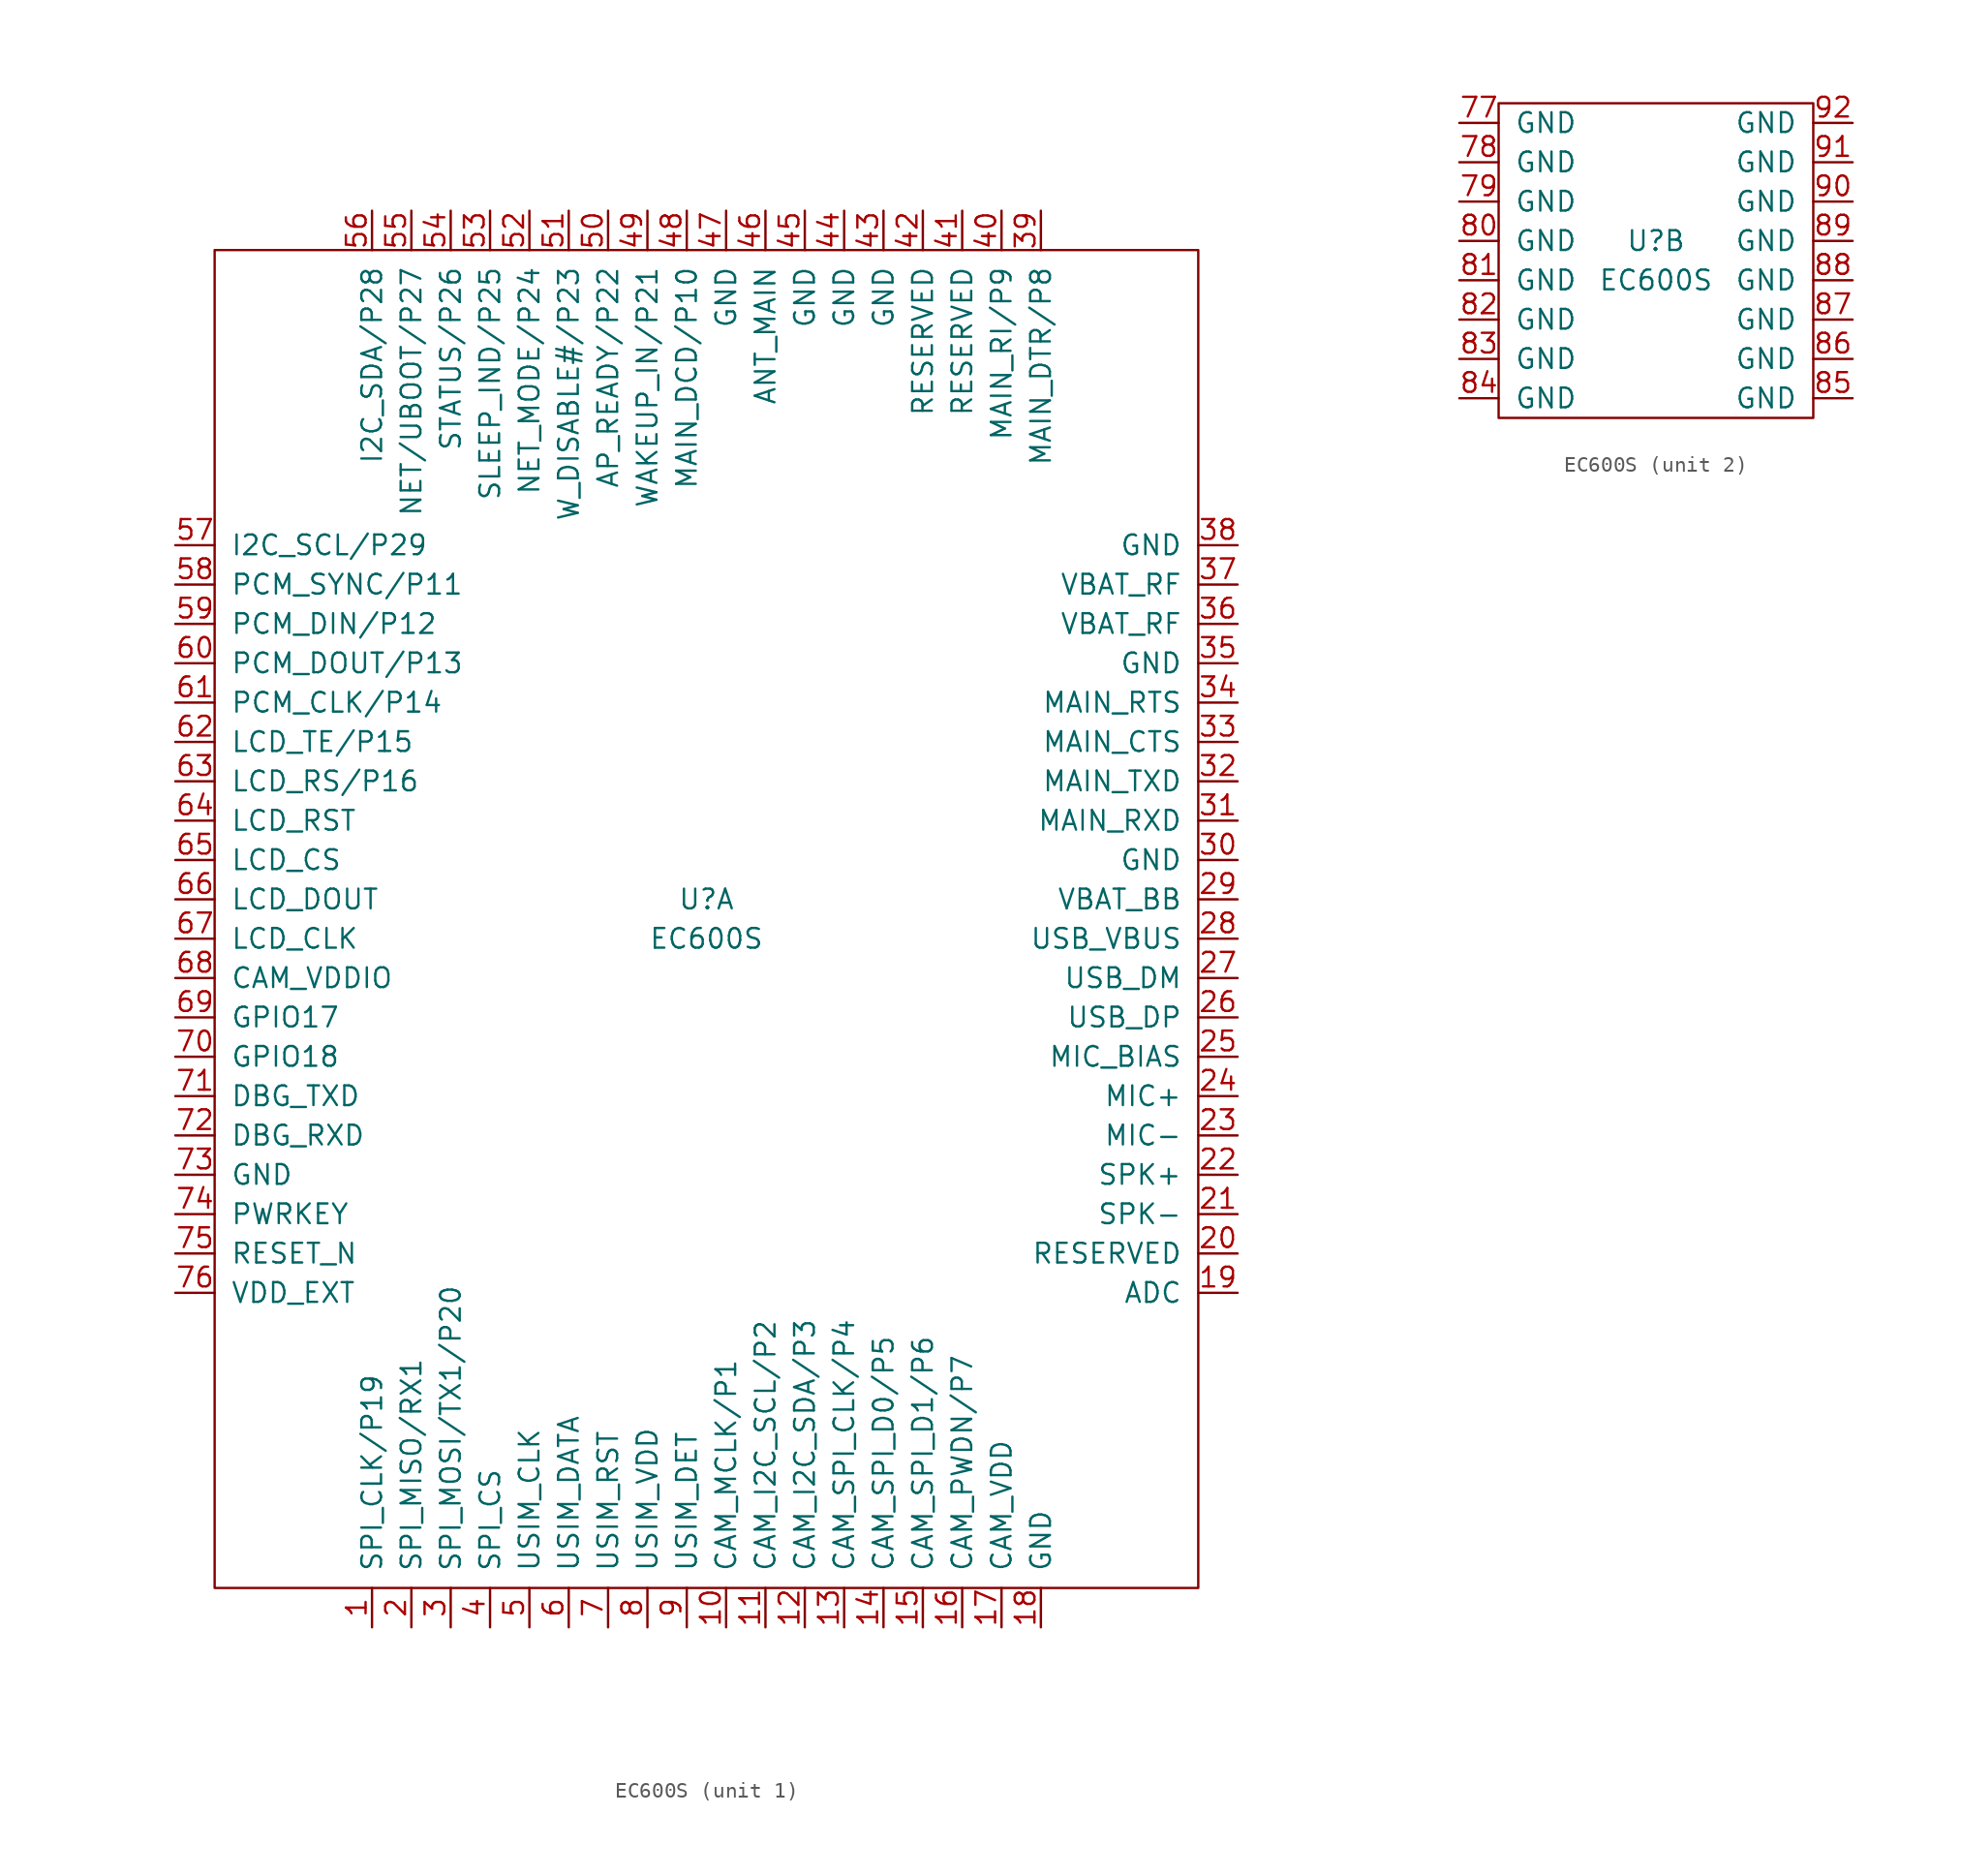
<source format=kicad_sym>
(kicad_symbol_lib
  (version 20211014)
  (generator kicad_symbol_editor)
  (symbol "EC600S"
    (pin_names
      (offset 1.016))
    (property "Reference" "U"
      (at 0 1.27 0)
      (effects (font (size 1.27 1.27))))
    (property "Value" "EC600S"
      (at 0 -1.27 0)
      (effects (font (size 1.27 1.27))))
    (property "ki_locked" ""
      (at 0 0 0)
      (effects (font (size 1.27 1.27))))
    (symbol "EC600S_1_1"
      (rectangle (start -31.75 43.18) (end 31.75 -43.18) (stroke (width 0) (type default) (color 0 0 0 0)) (fill (type none)))
      (pin bidirectional line (at -21.59 -45.72 90) (length 2.54) (name "SPI_CLK/P19" (effects (font (size 1.27 1.27)))) (number "1" (effects (font (size 1.27 1.27)))))
      (pin bidirectional line (at 1.27 -45.72 90) (length 2.54) (name "CAM_MCLK/P1" (effects (font (size 1.27 1.27)))) (number "10" (effects (font (size 1.27 1.27)))))
      (pin bidirectional line (at 3.81 -45.72 90) (length 2.54) (name "CAM_I2C_SCL/P2" (effects (font (size 1.27 1.27)))) (number "11" (effects (font (size 1.27 1.27)))))
      (pin bidirectional line (at 6.35 -45.72 90) (length 2.54) (name "CAM_I2C_SDA/P3" (effects (font (size 1.27 1.27)))) (number "12" (effects (font (size 1.27 1.27)))))
      (pin bidirectional line (at 8.89 -45.72 90) (length 2.54) (name "CAM_SPI_CLK/P4" (effects (font (size 1.27 1.27)))) (number "13" (effects (font (size 1.27 1.27)))))
      (pin bidirectional line (at 11.43 -45.72 90) (length 2.54) (name "CAM_SPI_D0/P5" (effects (font (size 1.27 1.27)))) (number "14" (effects (font (size 1.27 1.27)))))
      (pin bidirectional line (at 13.97 -45.72 90) (length 2.54) (name "CAM_SPI_D1/P6" (effects (font (size 1.27 1.27)))) (number "15" (effects (font (size 1.27 1.27)))))
      (pin bidirectional line (at 16.51 -45.72 90) (length 2.54) (name "CAM_PWDN/P7" (effects (font (size 1.27 1.27)))) (number "16" (effects (font (size 1.27 1.27)))))
      (pin power_out line (at 19.05 -45.72 90) (length 2.54) (name "CAM_VDD" (effects (font (size 1.27 1.27)))) (number "17" (effects (font (size 1.27 1.27)))))
      (pin power_in line (at 21.59 -45.72 90) (length 2.54) (name "GND" (effects (font (size 1.27 1.27)))) (number "18" (effects (font (size 1.27 1.27)))))
      (pin bidirectional line (at 34.29 -24.13 180) (length 2.54) (name "ADC" (effects (font (size 1.27 1.27)))) (number "19" (effects (font (size 1.27 1.27)))))
      (pin bidirectional line (at -19.05 -45.72 90) (length 2.54) (name "SPI_MISO/RX1" (effects (font (size 1.27 1.27)))) (number "2" (effects (font (size 1.27 1.27)))))
      (pin bidirectional line (at 34.29 -21.59 180) (length 2.54) (name "RESERVED" (effects (font (size 1.27 1.27)))) (number "20" (effects (font (size 1.27 1.27)))))
      (pin bidirectional line (at 34.29 -19.05 180) (length 2.54) (name "SPK-" (effects (font (size 1.27 1.27)))) (number "21" (effects (font (size 1.27 1.27)))))
      (pin bidirectional line (at 34.29 -16.51 180) (length 2.54) (name "SPK+" (effects (font (size 1.27 1.27)))) (number "22" (effects (font (size 1.27 1.27)))))
      (pin bidirectional line (at 34.29 -13.97 180) (length 2.54) (name "MIC-" (effects (font (size 1.27 1.27)))) (number "23" (effects (font (size 1.27 1.27)))))
      (pin bidirectional line (at 34.29 -11.43 180) (length 2.54) (name "MIC+" (effects (font (size 1.27 1.27)))) (number "24" (effects (font (size 1.27 1.27)))))
      (pin bidirectional line (at 34.29 -8.89 180) (length 2.54) (name "MIC_BIAS" (effects (font (size 1.27 1.27)))) (number "25" (effects (font (size 1.27 1.27)))))
      (pin bidirectional line (at 34.29 -6.35 180) (length 2.54) (name "USB_DP" (effects (font (size 1.27 1.27)))) (number "26" (effects (font (size 1.27 1.27)))))
      (pin bidirectional line (at 34.29 -3.81 180) (length 2.54) (name "USB_DM" (effects (font (size 1.27 1.27)))) (number "27" (effects (font (size 1.27 1.27)))))
      (pin bidirectional line (at 34.29 -1.27 180) (length 2.54) (name "USB_VBUS" (effects (font (size 1.27 1.27)))) (number "28" (effects (font (size 1.27 1.27)))))
      (pin power_in line (at 34.29 1.27 180) (length 2.54) (name "VBAT_BB" (effects (font (size 1.27 1.27)))) (number "29" (effects (font (size 1.27 1.27)))))
      (pin bidirectional line (at -16.51 -45.72 90) (length 2.54) (name "SPI_MOSI/TX1/P20" (effects (font (size 1.27 1.27)))) (number "3" (effects (font (size 1.27 1.27)))))
      (pin power_in line (at 34.29 3.81 180) (length 2.54) (name "GND" (effects (font (size 1.27 1.27)))) (number "30" (effects (font (size 1.27 1.27)))))
      (pin bidirectional line (at 34.29 6.35 180) (length 2.54) (name "MAIN_RXD" (effects (font (size 1.27 1.27)))) (number "31" (effects (font (size 1.27 1.27)))))
      (pin bidirectional line (at 34.29 8.89 180) (length 2.54) (name "MAIN_TXD" (effects (font (size 1.27 1.27)))) (number "32" (effects (font (size 1.27 1.27)))))
      (pin bidirectional line (at 34.29 11.43 180) (length 2.54) (name "MAIN_CTS" (effects (font (size 1.27 1.27)))) (number "33" (effects (font (size 1.27 1.27)))))
      (pin bidirectional line (at 34.29 13.97 180) (length 2.54) (name "MAIN_RTS" (effects (font (size 1.27 1.27)))) (number "34" (effects (font (size 1.27 1.27)))))
      (pin power_in line (at 34.29 16.51 180) (length 2.54) (name "GND" (effects (font (size 1.27 1.27)))) (number "35" (effects (font (size 1.27 1.27)))))
      (pin power_in line (at 34.29 19.05 180) (length 2.54) (name "VBAT_RF" (effects (font (size 1.27 1.27)))) (number "36" (effects (font (size 1.27 1.27)))))
      (pin power_in line (at 34.29 21.59 180) (length 2.54) (name "VBAT_RF" (effects (font (size 1.27 1.27)))) (number "37" (effects (font (size 1.27 1.27)))))
      (pin power_in line (at 34.29 24.13 180) (length 2.54) (name "GND" (effects (font (size 1.27 1.27)))) (number "38" (effects (font (size 1.27 1.27)))))
      (pin bidirectional line (at 21.59 45.72 270) (length 2.54) (name "MAIN_DTR/P8" (effects (font (size 1.27 1.27)))) (number "39" (effects (font (size 1.27 1.27)))))
      (pin bidirectional line (at -13.97 -45.72 90) (length 2.54) (name "SPI_CS" (effects (font (size 1.27 1.27)))) (number "4" (effects (font (size 1.27 1.27)))))
      (pin bidirectional line (at 19.05 45.72 270) (length 2.54) (name "MAIN_RI/P9" (effects (font (size 1.27 1.27)))) (number "40" (effects (font (size 1.27 1.27)))))
      (pin bidirectional line (at 16.51 45.72 270) (length 2.54) (name "RESERVED" (effects (font (size 1.27 1.27)))) (number "41" (effects (font (size 1.27 1.27)))))
      (pin bidirectional line (at 13.97 45.72 270) (length 2.54) (name "RESERVED" (effects (font (size 1.27 1.27)))) (number "42" (effects (font (size 1.27 1.27)))))
      (pin power_in line (at 11.43 45.72 270) (length 2.54) (name "GND" (effects (font (size 1.27 1.27)))) (number "43" (effects (font (size 1.27 1.27)))))
      (pin power_in line (at 8.89 45.72 270) (length 2.54) (name "GND" (effects (font (size 1.27 1.27)))) (number "44" (effects (font (size 1.27 1.27)))))
      (pin power_in line (at 6.35 45.72 270) (length 2.54) (name "GND" (effects (font (size 1.27 1.27)))) (number "45" (effects (font (size 1.27 1.27)))))
      (pin bidirectional line (at 3.81 45.72 270) (length 2.54) (name "ANT_MAIN" (effects (font (size 1.27 1.27)))) (number "46" (effects (font (size 1.27 1.27)))))
      (pin power_in line (at 1.27 45.72 270) (length 2.54) (name "GND" (effects (font (size 1.27 1.27)))) (number "47" (effects (font (size 1.27 1.27)))))
      (pin bidirectional line (at -1.27 45.72 270) (length 2.54) (name "MAIN_DCD/P10" (effects (font (size 1.27 1.27)))) (number "48" (effects (font (size 1.27 1.27)))))
      (pin bidirectional line (at -3.81 45.72 270) (length 2.54) (name "WAKEUP_IN/P21" (effects (font (size 1.27 1.27)))) (number "49" (effects (font (size 1.27 1.27)))))
      (pin bidirectional line (at -11.43 -45.72 90) (length 2.54) (name "USIM_CLK" (effects (font (size 1.27 1.27)))) (number "5" (effects (font (size 1.27 1.27)))))
      (pin bidirectional line (at -6.35 45.72 270) (length 2.54) (name "AP_READY/P22" (effects (font (size 1.27 1.27)))) (number "50" (effects (font (size 1.27 1.27)))))
      (pin bidirectional line (at -8.89 45.72 270) (length 2.54) (name "W_DISABLE#/P23" (effects (font (size 1.27 1.27)))) (number "51" (effects (font (size 1.27 1.27)))))
      (pin bidirectional line (at -11.43 45.72 270) (length 2.54) (name "NET_MODE/P24" (effects (font (size 1.27 1.27)))) (number "52" (effects (font (size 1.27 1.27)))))
      (pin bidirectional line (at -13.97 45.72 270) (length 2.54) (name "SLEEP_IND/P25" (effects (font (size 1.27 1.27)))) (number "53" (effects (font (size 1.27 1.27)))))
      (pin bidirectional line (at -16.51 45.72 270) (length 2.54) (name "STATUS/P26" (effects (font (size 1.27 1.27)))) (number "54" (effects (font (size 1.27 1.27)))))
      (pin bidirectional line (at -19.05 45.72 270) (length 2.54) (name "NET/UBOOT/P27" (effects (font (size 1.27 1.27)))) (number "55" (effects (font (size 1.27 1.27)))))
      (pin bidirectional line (at -21.59 45.72 270) (length 2.54) (name "I2C_SDA/P28" (effects (font (size 1.27 1.27)))) (number "56" (effects (font (size 1.27 1.27)))))
      (pin bidirectional line (at -34.29 24.13 0) (length 2.54) (name "I2C_SCL/P29" (effects (font (size 1.27 1.27)))) (number "57" (effects (font (size 1.27 1.27)))))
      (pin bidirectional line (at -34.29 21.59 0) (length 2.54) (name "PCM_SYNC/P11" (effects (font (size 1.27 1.27)))) (number "58" (effects (font (size 1.27 1.27)))))
      (pin bidirectional line (at -34.29 19.05 0) (length 2.54) (name "PCM_DIN/P12" (effects (font (size 1.27 1.27)))) (number "59" (effects (font (size 1.27 1.27)))))
      (pin bidirectional line (at -8.89 -45.72 90) (length 2.54) (name "USIM_DATA" (effects (font (size 1.27 1.27)))) (number "6" (effects (font (size 1.27 1.27)))))
      (pin bidirectional line (at -34.29 16.51 0) (length 2.54) (name "PCM_DOUT/P13" (effects (font (size 1.27 1.27)))) (number "60" (effects (font (size 1.27 1.27)))))
      (pin bidirectional line (at -34.29 13.97 0) (length 2.54) (name "PCM_CLK/P14" (effects (font (size 1.27 1.27)))) (number "61" (effects (font (size 1.27 1.27)))))
      (pin bidirectional line (at -34.29 11.43 0) (length 2.54) (name "LCD_TE/P15" (effects (font (size 1.27 1.27)))) (number "62" (effects (font (size 1.27 1.27)))))
      (pin bidirectional line (at -34.29 8.89 0) (length 2.54) (name "LCD_RS/P16" (effects (font (size 1.27 1.27)))) (number "63" (effects (font (size 1.27 1.27)))))
      (pin bidirectional line (at -34.29 6.35 0) (length 2.54) (name "LCD_RST" (effects (font (size 1.27 1.27)))) (number "64" (effects (font (size 1.27 1.27)))))
      (pin bidirectional line (at -34.29 3.81 0) (length 2.54) (name "LCD_CS" (effects (font (size 1.27 1.27)))) (number "65" (effects (font (size 1.27 1.27)))))
      (pin bidirectional line (at -34.29 1.27 0) (length 2.54) (name "LCD_DOUT" (effects (font (size 1.27 1.27)))) (number "66" (effects (font (size 1.27 1.27)))))
      (pin bidirectional line (at -34.29 -1.27 0) (length 2.54) (name "LCD_CLK" (effects (font (size 1.27 1.27)))) (number "67" (effects (font (size 1.27 1.27)))))
      (pin power_out line (at -34.29 -3.81 0) (length 2.54) (name "CAM_VDDIO" (effects (font (size 1.27 1.27)))) (number "68" (effects (font (size 1.27 1.27)))))
      (pin bidirectional line (at -34.29 -6.35 0) (length 2.54) (name "GPIO17" (effects (font (size 1.27 1.27)))) (number "69" (effects (font (size 1.27 1.27)))))
      (pin bidirectional line (at -6.35 -45.72 90) (length 2.54) (name "USIM_RST" (effects (font (size 1.27 1.27)))) (number "7" (effects (font (size 1.27 1.27)))))
      (pin bidirectional line (at -34.29 -8.89 0) (length 2.54) (name "GPIO18" (effects (font (size 1.27 1.27)))) (number "70" (effects (font (size 1.27 1.27)))))
      (pin bidirectional line (at -34.29 -11.43 0) (length 2.54) (name "DBG_TXD" (effects (font (size 1.27 1.27)))) (number "71" (effects (font (size 1.27 1.27)))))
      (pin bidirectional line (at -34.29 -13.97 0) (length 2.54) (name "DBG_RXD" (effects (font (size 1.27 1.27)))) (number "72" (effects (font (size 1.27 1.27)))))
      (pin power_in line (at -34.29 -16.51 0) (length 2.54) (name "GND" (effects (font (size 1.27 1.27)))) (number "73" (effects (font (size 1.27 1.27)))))
      (pin bidirectional line (at -34.29 -19.05 0) (length 2.54) (name "PWRKEY" (effects (font (size 1.27 1.27)))) (number "74" (effects (font (size 1.27 1.27)))))
      (pin bidirectional line (at -34.29 -21.59 0) (length 2.54) (name "RESET_N" (effects (font (size 1.27 1.27)))) (number "75" (effects (font (size 1.27 1.27)))))
      (pin bidirectional line (at -34.29 -24.13 0) (length 2.54) (name "VDD_EXT" (effects (font (size 1.27 1.27)))) (number "76" (effects (font (size 1.27 1.27)))))
      (pin bidirectional line (at -3.81 -45.72 90) (length 2.54) (name "USIM_VDD" (effects (font (size 1.27 1.27)))) (number "8" (effects (font (size 1.27 1.27)))))
      (pin bidirectional line (at -1.27 -45.72 90) (length 2.54) (name "USIM_DET" (effects (font (size 1.27 1.27)))) (number "9" (effects (font (size 1.27 1.27))))))
    (symbol "EC600S_2_1"
      (rectangle (start -10.16 10.16) (end 10.16 -10.16) (stroke (width 0) (type default) (color 0 0 0 0)) (fill (type none)))
      (pin power_in line (at -12.7 8.89 0) (length 2.54) (name "GND" (effects (font (size 1.27 1.27)))) (number "77" (effects (font (size 1.27 1.27)))))
      (pin power_in line (at -12.7 6.35 0) (length 2.54) (name "GND" (effects (font (size 1.27 1.27)))) (number "78" (effects (font (size 1.27 1.27)))))
      (pin power_in line (at -12.7 3.81 0) (length 2.54) (name "GND" (effects (font (size 1.27 1.27)))) (number "79" (effects (font (size 1.27 1.27)))))
      (pin power_in line (at -12.7 1.27 0) (length 2.54) (name "GND" (effects (font (size 1.27 1.27)))) (number "80" (effects (font (size 1.27 1.27)))))
      (pin power_in line (at -12.7 -1.27 0) (length 2.54) (name "GND" (effects (font (size 1.27 1.27)))) (number "81" (effects (font (size 1.27 1.27)))))
      (pin power_in line (at -12.7 -3.81 0) (length 2.54) (name "GND" (effects (font (size 1.27 1.27)))) (number "82" (effects (font (size 1.27 1.27)))))
      (pin power_in line (at -12.7 -6.35 0) (length 2.54) (name "GND" (effects (font (size 1.27 1.27)))) (number "83" (effects (font (size 1.27 1.27)))))
      (pin power_in line (at -12.7 -8.89 0) (length 2.54) (name "GND" (effects (font (size 1.27 1.27)))) (number "84" (effects (font (size 1.27 1.27)))))
      (pin power_in line (at 12.7 -8.89 180) (length 2.54) (name "GND" (effects (font (size 1.27 1.27)))) (number "85" (effects (font (size 1.27 1.27)))))
      (pin power_in line (at 12.7 -6.35 180) (length 2.54) (name "GND" (effects (font (size 1.27 1.27)))) (number "86" (effects (font (size 1.27 1.27)))))
      (pin power_in line (at 12.7 -3.81 180) (length 2.54) (name "GND" (effects (font (size 1.27 1.27)))) (number "87" (effects (font (size 1.27 1.27)))))
      (pin power_in line (at 12.7 -1.27 180) (length 2.54) (name "GND" (effects (font (size 1.27 1.27)))) (number "88" (effects (font (size 1.27 1.27)))))
      (pin power_in line (at 12.7 1.27 180) (length 2.54) (name "GND" (effects (font (size 1.27 1.27)))) (number "89" (effects (font (size 1.27 1.27)))))
      (pin power_in line (at 12.7 3.81 180) (length 2.54) (name "GND" (effects (font (size 1.27 1.27)))) (number "90" (effects (font (size 1.27 1.27)))))
      (pin power_in line (at 12.7 6.35 180) (length 2.54) (name "GND" (effects (font (size 1.27 1.27)))) (number "91" (effects (font (size 1.27 1.27)))))
      (pin power_in line (at 12.7 8.89 180) (length 2.54) (name "GND" (effects (font (size 1.27 1.27)))) (number "92" (effects (font (size 1.27 1.27))))))))
</source>
